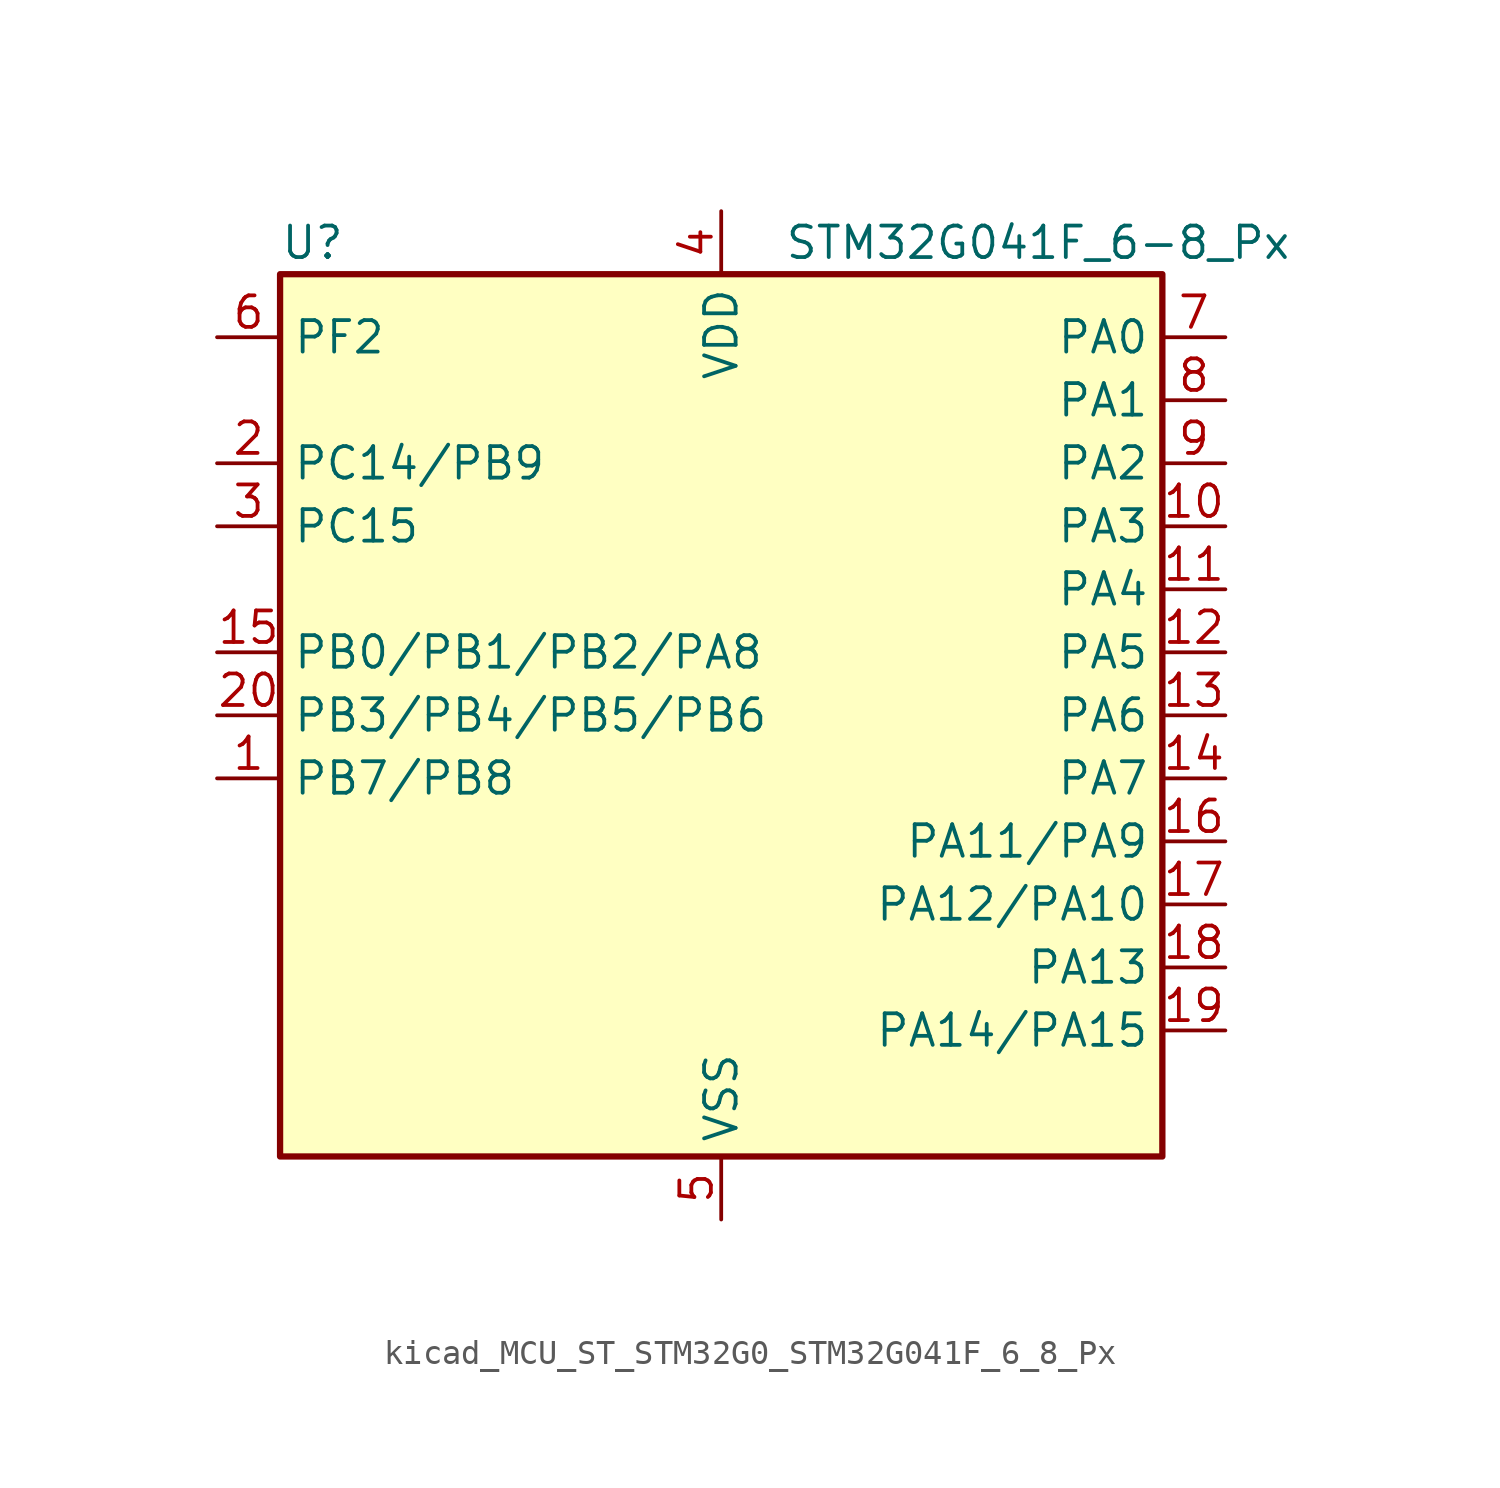
<source format=kicad_sym>
(kicad_symbol_lib
  (version 20220914)
  (generator kicad_symbol_editor)
  (symbol "kicad_MCU_ST_STM32G0_STM32G041F_6_8_Px"
    (property "Reference" "U"
      (at -17.78 19.05 0)
      (effects (font (size 1.27 1.27)) (justify left)))
    (property "Value" "STM32G041F_6-8_Px"
      (at 2.54 19.05 0)
      (effects (font (size 1.27 1.27)) (justify left)))
    (property "ki_locked" ""
      (at 0 0 0)
      (effects (font (size 1.27 1.27))))
    (symbol "kicad_MCU_ST_STM32G0_STM32G041F_6_8_Px_0_1"
      (rectangle (start -17.78 -17.78) (end 17.78 17.78) (stroke (width 0.254) (type default)) (fill (type background))))
    (symbol "kicad_MCU_ST_STM32G0_STM32G041F_6_8_Px_1_1"
      (pin bidirectional line (at -20.32 -2.54 0) (length 2.54) (name "PB7/PB8" (effects (font (size 1.27 1.27)))) (number "1" (effects (font (size 1.27 1.27)))) (alternate "ADC1_IN11" bidirectional line) (alternate "I2C1_SDA" bidirectional line) (alternate "LPTIM1_IN2" bidirectional line) (alternate "SPI2_MOSI" bidirectional line) (alternate "SYS_PVD_IN" bidirectional line) (alternate "TIM17_CH1N" bidirectional line) (alternate "USART1_RX" bidirectional line))
      (pin bidirectional line (at 20.32 7.62 180) (length 2.54) (name "PA3" (effects (font (size 1.27 1.27)))) (number "10" (effects (font (size 1.27 1.27)))) (alternate "ADC1_IN3" bidirectional line) (alternate "LPUART1_RX" bidirectional line) (alternate "SPI2_MISO" bidirectional line) (alternate "TIM2_CH4" bidirectional line) (alternate "USART2_RX" bidirectional line))
      (pin bidirectional line (at 20.32 5.08 180) (length 2.54) (name "PA4" (effects (font (size 1.27 1.27)))) (number "11" (effects (font (size 1.27 1.27)))) (alternate "ADC1_IN4" bidirectional line) (alternate "I2S1_WS" bidirectional line) (alternate "LPTIM2_OUT" bidirectional line) (alternate "RTC_OUT_ALARM" bidirectional line) (alternate "RTC_OUT_CALIB" bidirectional line) (alternate "RTC_TAMP_IN1" bidirectional line) (alternate "RTC_TS" bidirectional line) (alternate "SPI1_NSS" bidirectional line) (alternate "SPI2_MOSI" bidirectional line) (alternate "SYS_WKUP2" bidirectional line) (alternate "TIM14_CH1" bidirectional line))
      (pin bidirectional line (at 20.32 2.54 180) (length 2.54) (name "PA5" (effects (font (size 1.27 1.27)))) (number "12" (effects (font (size 1.27 1.27)))) (alternate "ADC1_IN5" bidirectional line) (alternate "I2S1_CK" bidirectional line) (alternate "LPTIM2_ETR" bidirectional line) (alternate "SPI1_SCK" bidirectional line) (alternate "TIM2_CH1" bidirectional line) (alternate "TIM2_ETR" bidirectional line))
      (pin bidirectional line (at 20.32 0 180) (length 2.54) (name "PA6" (effects (font (size 1.27 1.27)))) (number "13" (effects (font (size 1.27 1.27)))) (alternate "ADC1_IN6" bidirectional line) (alternate "I2S1_MCK" bidirectional line) (alternate "LPUART1_CTS" bidirectional line) (alternate "SPI1_MISO" bidirectional line) (alternate "TIM16_CH1" bidirectional line) (alternate "TIM1_BK" bidirectional line) (alternate "TIM3_CH1" bidirectional line))
      (pin bidirectional line (at 20.32 -2.54 180) (length 2.54) (name "PA7" (effects (font (size 1.27 1.27)))) (number "14" (effects (font (size 1.27 1.27)))) (alternate "ADC1_IN7" bidirectional line) (alternate "I2S1_SD" bidirectional line) (alternate "SPI1_MOSI" bidirectional line) (alternate "TIM14_CH1" bidirectional line) (alternate "TIM17_CH1" bidirectional line) (alternate "TIM1_CH1N" bidirectional line) (alternate "TIM3_CH2" bidirectional line))
      (pin bidirectional line (at -20.32 2.54 0) (length 2.54) (name "PB0/PB1/PB2/PA8" (effects (font (size 1.27 1.27)))) (number "15" (effects (font (size 1.27 1.27)))) (alternate "ADC1_IN8" bidirectional line) (alternate "I2S1_WS" bidirectional line) (alternate "LPTIM1_OUT" bidirectional line) (alternate "SPI1_NSS" bidirectional line) (alternate "TIM1_CH2N" bidirectional line) (alternate "TIM3_CH3" bidirectional line))
      (pin bidirectional line (at 20.32 -5.08 180) (length 2.54) (name "PA11/PA9" (effects (font (size 1.27 1.27)))) (number "16" (effects (font (size 1.27 1.27)))) (alternate "ADC1_EXTI11" bidirectional line) (alternate "ADC1_IN15" bidirectional line) (alternate "I2C2_SCL" bidirectional line) (alternate "I2S1_MCK" bidirectional line) (alternate "SPI1_MISO" bidirectional line) (alternate "TIM1_BK2" bidirectional line) (alternate "TIM1_CH4" bidirectional line) (alternate "USART1_CTS" bidirectional line) (alternate "USART1_NSS" bidirectional line))
      (pin bidirectional line (at 20.32 -7.62 180) (length 2.54) (name "PA12/PA10" (effects (font (size 1.27 1.27)))) (number "17" (effects (font (size 1.27 1.27)))) (alternate "ADC1_IN16" bidirectional line) (alternate "I2C2_SDA" bidirectional line) (alternate "I2S1_SD" bidirectional line) (alternate "I2S_CKIN" bidirectional line) (alternate "SPI1_MOSI" bidirectional line) (alternate "TIM1_ETR" bidirectional line) (alternate "USART1_CK" bidirectional line) (alternate "USART1_DE" bidirectional line) (alternate "USART1_RTS" bidirectional line))
      (pin bidirectional line (at 20.32 -10.16 180) (length 2.54) (name "PA13" (effects (font (size 1.27 1.27)))) (number "18" (effects (font (size 1.27 1.27)))) (alternate "ADC1_IN17" bidirectional line) (alternate "IR_OUT" bidirectional line) (alternate "SYS_SWDIO" bidirectional line))
      (pin bidirectional line (at 20.32 -12.7 180) (length 2.54) (name "PA14/PA15" (effects (font (size 1.27 1.27)))) (number "19" (effects (font (size 1.27 1.27)))) (alternate "ADC1_IN18" bidirectional line) (alternate "SYS_SWCLK" bidirectional line) (alternate "USART2_TX" bidirectional line))
      (pin bidirectional line (at -20.32 10.16 0) (length 2.54) (name "PC14/PB9" (effects (font (size 1.27 1.27)))) (number "2" (effects (font (size 1.27 1.27)))) (alternate "RCC_OSC32_IN" bidirectional line) (alternate "RCC_OSC_IN" bidirectional line) (alternate "TIM1_BK2" bidirectional line))
      (pin bidirectional line (at -20.32 0 0) (length 2.54) (name "PB3/PB4/PB5/PB6" (effects (font (size 1.27 1.27)))) (number "20" (effects (font (size 1.27 1.27)))) (alternate "I2S1_CK" bidirectional line) (alternate "SPI1_SCK" bidirectional line) (alternate "TIM1_CH2" bidirectional line) (alternate "TIM2_CH2" bidirectional line) (alternate "USART1_CK" bidirectional line) (alternate "USART1_DE" bidirectional line) (alternate "USART1_RTS" bidirectional line))
      (pin bidirectional line (at -20.32 7.62 0) (length 2.54) (name "PC15" (effects (font (size 1.27 1.27)))) (number "3" (effects (font (size 1.27 1.27)))) (alternate "RCC_OSC32_EN" bidirectional line) (alternate "RCC_OSC32_OUT" bidirectional line) (alternate "RCC_OSC_EN" bidirectional line))
      (pin power_in line (at 0 20.32 270) (length 2.54) (name "VDD" (effects (font (size 1.27 1.27)))) (number "4" (effects (font (size 1.27 1.27)))))
      (pin power_in line (at 0 -20.32 90) (length 2.54) (name "VSS" (effects (font (size 1.27 1.27)))) (number "5" (effects (font (size 1.27 1.27)))))
      (pin bidirectional line (at -20.32 15.24 0) (length 2.54) (name "PF2" (effects (font (size 1.27 1.27)))) (number "6" (effects (font (size 1.27 1.27)))) (alternate "RCC_MCO" bidirectional line))
      (pin bidirectional line (at 20.32 15.24 180) (length 2.54) (name "PA0" (effects (font (size 1.27 1.27)))) (number "7" (effects (font (size 1.27 1.27)))) (alternate "ADC1_IN0" bidirectional line) (alternate "LPTIM1_OUT" bidirectional line) (alternate "RTC_TAMP_IN2" bidirectional line) (alternate "SPI2_SCK" bidirectional line) (alternate "SYS_WKUP1" bidirectional line) (alternate "TIM2_CH1" bidirectional line) (alternate "TIM2_ETR" bidirectional line) (alternate "USART2_CTS" bidirectional line) (alternate "USART2_NSS" bidirectional line))
      (pin bidirectional line (at 20.32 12.7 180) (length 2.54) (name "PA1" (effects (font (size 1.27 1.27)))) (number "8" (effects (font (size 1.27 1.27)))) (alternate "ADC1_IN1" bidirectional line) (alternate "I2C1_SMBA" bidirectional line) (alternate "I2S1_CK" bidirectional line) (alternate "SPI1_SCK" bidirectional line) (alternate "TIM2_CH2" bidirectional line) (alternate "USART2_CK" bidirectional line) (alternate "USART2_DE" bidirectional line) (alternate "USART2_RTS" bidirectional line))
      (pin bidirectional line (at 20.32 10.16 180) (length 2.54) (name "PA2" (effects (font (size 1.27 1.27)))) (number "9" (effects (font (size 1.27 1.27)))) (alternate "ADC1_IN2" bidirectional line) (alternate "I2S1_SD" bidirectional line) (alternate "LPUART1_TX" bidirectional line) (alternate "RCC_LSCO" bidirectional line) (alternate "SPI1_MOSI" bidirectional line) (alternate "SYS_WKUP4" bidirectional line) (alternate "TIM2_CH3" bidirectional line) (alternate "USART2_TX" bidirectional line)))))
</source>
